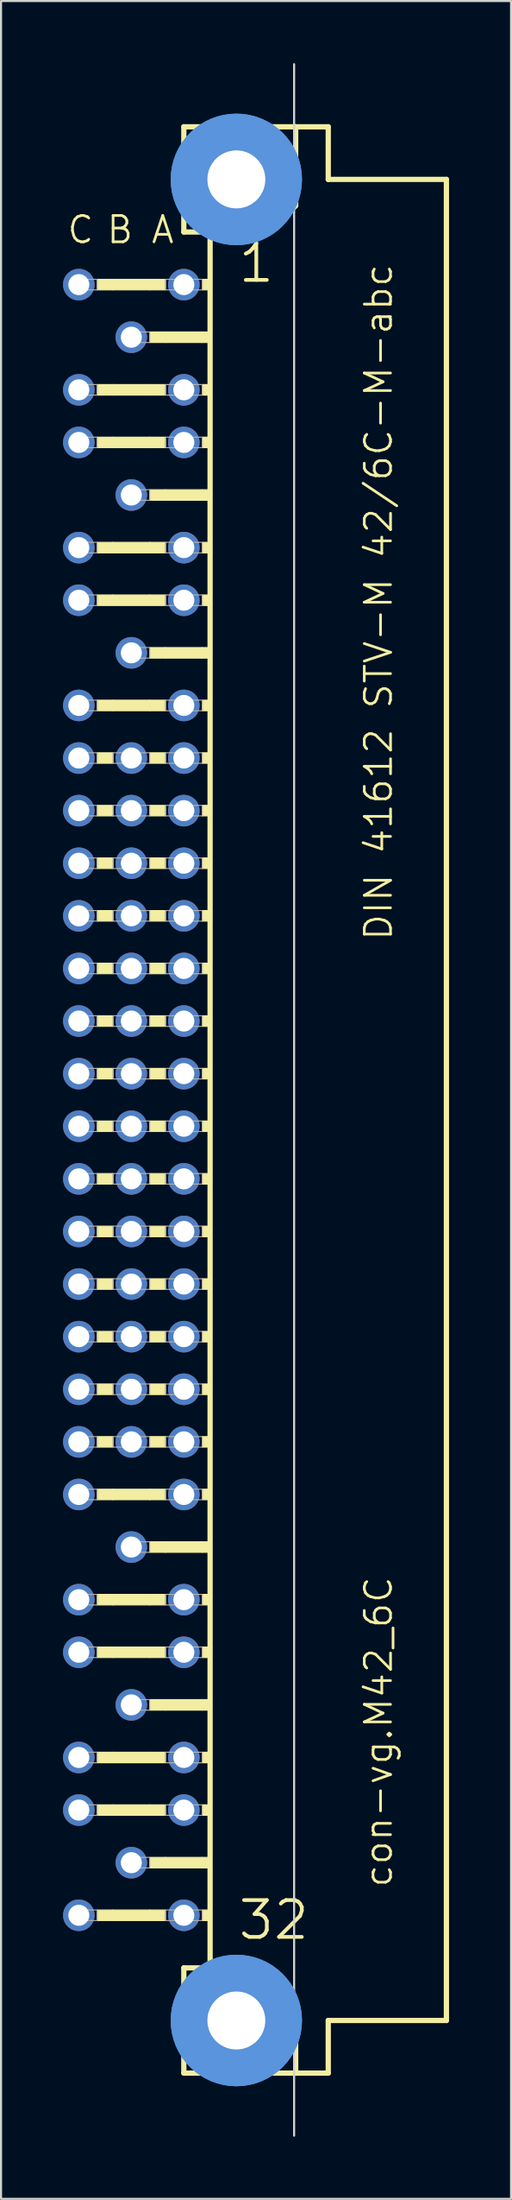
<source format=kicad_pcb>
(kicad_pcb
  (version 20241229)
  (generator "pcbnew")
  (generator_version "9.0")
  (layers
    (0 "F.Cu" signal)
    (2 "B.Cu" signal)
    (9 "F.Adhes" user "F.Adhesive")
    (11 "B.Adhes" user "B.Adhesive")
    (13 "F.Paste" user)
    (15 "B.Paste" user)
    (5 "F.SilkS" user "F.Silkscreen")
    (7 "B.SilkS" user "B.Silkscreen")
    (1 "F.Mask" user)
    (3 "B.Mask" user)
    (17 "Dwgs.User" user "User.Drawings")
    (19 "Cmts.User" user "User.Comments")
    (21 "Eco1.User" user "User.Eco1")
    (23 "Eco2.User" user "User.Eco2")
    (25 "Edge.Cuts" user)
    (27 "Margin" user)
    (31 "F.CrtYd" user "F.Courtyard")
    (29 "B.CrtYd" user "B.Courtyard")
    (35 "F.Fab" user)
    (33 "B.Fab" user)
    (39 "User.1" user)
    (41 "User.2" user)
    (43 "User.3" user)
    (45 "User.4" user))
  (footprint "con-vg.M42_6C"
    (layer "F.Cu")
    (at 8.382 50.063)
    (property "Reference" "con-vg.M42_6C" (at 7.62 38.1 90) (layer "F.SilkS") (effects (font (size 1.27 1.27) (thickness 0.13)) (justify left bottom)))
    (attr through_hole)
    (fp_line (start -2.54 -46.99) (end -2.54 -41.91) (stroke (width 0.254) (type default)) (layer "F.SilkS"))
    (fp_line (start -2.54 -41.91) (end -1.27 -41.91) (stroke (width 0.254) (type default)) (layer "F.SilkS"))
    (fp_line (start -2.54 41.91) (end -2.54 46.99) (stroke (width 0.254) (type default)) (layer "F.SilkS"))
    (fp_line (start -2.54 41.91) (end -1.27 41.91) (stroke (width 0.254) (type default)) (layer "F.SilkS"))
    (fp_line (start -2.54 46.99) (end 2.87 46.99) (stroke (width 0.254) (type default)) (layer "F.SilkS"))
    (fp_line (start -1.27 -41.91) (end -1.27 41.91) (stroke (width 0.254) (type default)) (layer "F.SilkS"))
    (fp_line (start -1.27 -41.91) (end 1.6 -41.91) (stroke (width 0.254) (type default)) (layer "F.SilkS"))
    (fp_line (start -1.27 41.91) (end 1.27 41.91) (stroke (width 0.254) (type default)) (layer "F.SilkS"))
    (fp_line (start 1.6 -41.91) (end 2.87 -43.18) (stroke (width 0.254) (type default)) (layer "F.SilkS"))
    (fp_line (start 2.87 -46.99) (end -2.54 -46.99) (stroke (width 0.254) (type default)) (layer "F.SilkS"))
    (fp_line (start 2.87 -43.18) (end 2.87 -46.99) (stroke (width 0.254) (type default)) (layer "F.SilkS"))
    (fp_line (start 2.87 43.51) (end 1.27 41.91) (stroke (width 0.254) (type default)) (layer "F.SilkS"))
    (fp_line (start 2.87 43.51) (end 2.87 46.99) (stroke (width 0.254) (type default)) (layer "F.SilkS"))
    (fp_line (start 2.87 46.99) (end 4.445 46.99) (stroke (width 0.254) (type default)) (layer "F.SilkS"))
    (fp_line (start 4.445 -46.99) (end 2.87 -46.99) (stroke (width 0.254) (type default)) (layer "F.SilkS"))
    (fp_line (start 4.445 -44.45) (end 4.445 -46.99) (stroke (width 0.254) (type default)) (layer "F.SilkS"))
    (fp_line (start 4.445 44.45) (end 10.16 44.45) (stroke (width 0.254) (type default)) (layer "F.SilkS"))
    (fp_line (start 4.445 46.99) (end 4.445 44.45) (stroke (width 0.254) (type default)) (layer "F.SilkS"))
    (fp_line (start 10.16 -44.45) (end 4.445 -44.45) (stroke (width 0.254) (type default)) (layer "F.SilkS"))
    (fp_line (start 10.16 44.45) (end 10.16 -44.45) (stroke (width 0.254) (type default)) (layer "F.SilkS"))
    (fp_rect (start -6.731 -39.116) (end -5.969 -39.624) (stroke (width 0.05) (type default)) (fill yes) (layer "F.SilkS"))
    (fp_rect (start -6.731 -34.036) (end -5.969 -34.544) (stroke (width 0.05) (type default)) (fill yes) (layer "F.SilkS"))
    (fp_rect (start -6.731 -31.496) (end -5.969 -32.004) (stroke (width 0.05) (type default)) (fill yes) (layer "F.SilkS"))
    (fp_rect (start -6.731 -26.416) (end -5.969 -26.924) (stroke (width 0.05) (type default)) (fill yes) (layer "F.SilkS"))
    (fp_rect (start -6.731 -23.876) (end -5.969 -24.384) (stroke (width 0.05) (type default)) (fill yes) (layer "F.SilkS"))
    (fp_rect (start -6.731 -18.796) (end -5.969 -19.304) (stroke (width 0.05) (type default)) (fill yes) (layer "F.SilkS"))
    (fp_rect (start -6.731 -16.256) (end -5.969 -16.764) (stroke (width 0.05) (type default)) (fill yes) (layer "F.SilkS"))
    (fp_rect (start -6.731 -13.716) (end -5.969 -14.224) (stroke (width 0.05) (type default)) (fill yes) (layer "F.SilkS"))
    (fp_rect (start -6.731 -11.176) (end -5.969 -11.684) (stroke (width 0.05) (type default)) (fill yes) (layer "F.SilkS"))
    (fp_rect (start -6.731 -8.636) (end -5.969 -9.144) (stroke (width 0.05) (type default)) (fill yes) (layer "F.SilkS"))
    (fp_rect (start -6.731 -6.096) (end -5.969 -6.604) (stroke (width 0.05) (type default)) (fill yes) (layer "F.SilkS"))
    (fp_rect (start -6.731 -3.556) (end -5.969 -4.064) (stroke (width 0.05) (type default)) (fill yes) (layer "F.SilkS"))
    (fp_rect (start -6.731 -1.016) (end -5.969 -1.524) (stroke (width 0.05) (type default)) (fill yes) (layer "F.SilkS"))
    (fp_rect (start -6.731 1.524) (end -5.969 1.016) (stroke (width 0.05) (type default)) (fill yes) (layer "F.SilkS"))
    (fp_rect (start -6.731 4.064) (end -5.969 3.556) (stroke (width 0.05) (type default)) (fill yes) (layer "F.SilkS"))
    (fp_rect (start -6.731 6.604) (end -5.969 6.096) (stroke (width 0.05) (type default)) (fill yes) (layer "F.SilkS"))
    (fp_rect (start -6.731 9.144) (end -5.969 8.636) (stroke (width 0.05) (type default)) (fill yes) (layer "F.SilkS"))
    (fp_rect (start -6.731 11.684) (end -5.969 11.176) (stroke (width 0.05) (type default)) (fill yes) (layer "F.SilkS"))
    (fp_rect (start -6.731 14.224) (end -5.969 13.716) (stroke (width 0.05) (type default)) (fill yes) (layer "F.SilkS"))
    (fp_rect (start -6.731 16.764) (end -5.969 16.256) (stroke (width 0.05) (type default)) (fill yes) (layer "F.SilkS"))
    (fp_rect (start -6.731 19.304) (end -5.969 18.796) (stroke (width 0.05) (type default)) (fill yes) (layer "F.SilkS"))
    (fp_rect (start -6.731 24.384) (end -5.969 23.876) (stroke (width 0.05) (type default)) (fill yes) (layer "F.SilkS"))
    (fp_rect (start -6.731 26.924) (end -5.969 26.416) (stroke (width 0.05) (type default)) (fill yes) (layer "F.SilkS"))
    (fp_rect (start -6.731 32.004) (end -5.969 31.496) (stroke (width 0.05) (type default)) (fill yes) (layer "F.SilkS"))
    (fp_rect (start -6.731 34.544) (end -5.969 34.036) (stroke (width 0.05) (type default)) (fill yes) (layer "F.SilkS"))
    (fp_rect (start -6.731 39.624) (end -5.969 39.116) (stroke (width 0.05) (type default)) (fill yes) (layer "F.SilkS"))
    (fp_rect (start -5.969 -39.116) (end -4.191 -39.624) (stroke (width 0.05) (type default)) (fill yes) (layer "F.SilkS"))
    (fp_rect (start -5.969 -34.036) (end -4.191 -34.544) (stroke (width 0.05) (type default)) (fill yes) (layer "F.SilkS"))
    (fp_rect (start -5.969 -31.496) (end -4.191 -32.004) (stroke (width 0.05) (type default)) (fill yes) (layer "F.SilkS"))
    (fp_rect (start -5.969 -26.416) (end -4.191 -26.924) (stroke (width 0.05) (type default)) (fill yes) (layer "F.SilkS"))
    (fp_rect (start -5.969 -23.876) (end -4.191 -24.384) (stroke (width 0.05) (type default)) (fill yes) (layer "F.SilkS"))
    (fp_rect (start -5.969 -18.796) (end -4.191 -19.304) (stroke (width 0.05) (type default)) (fill yes) (layer "F.SilkS"))
    (fp_rect (start -5.969 19.304) (end -4.191 18.796) (stroke (width 0.05) (type default)) (fill yes) (layer "F.SilkS"))
    (fp_rect (start -5.969 24.384) (end -4.191 23.876) (stroke (width 0.05) (type default)) (fill yes) (layer "F.SilkS"))
    (fp_rect (start -5.969 26.924) (end -4.191 26.416) (stroke (width 0.05) (type default)) (fill yes) (layer "F.SilkS"))
    (fp_rect (start -5.969 32.004) (end -4.191 31.496) (stroke (width 0.05) (type default)) (fill yes) (layer "F.SilkS"))
    (fp_rect (start -5.969 34.544) (end -4.191 34.036) (stroke (width 0.05) (type default)) (fill yes) (layer "F.SilkS"))
    (fp_rect (start -5.969 39.624) (end -4.191 39.116) (stroke (width 0.05) (type default)) (fill yes) (layer "F.SilkS"))
    (fp_rect (start -4.191 -39.116) (end -3.429 -39.624) (stroke (width 0.05) (type default)) (fill yes) (layer "F.SilkS"))
    (fp_rect (start -4.191 -36.576) (end -3.429 -37.084) (stroke (width 0.05) (type default)) (fill yes) (layer "F.SilkS"))
    (fp_rect (start -4.191 -34.036) (end -3.429 -34.544) (stroke (width 0.05) (type default)) (fill yes) (layer "F.SilkS"))
    (fp_rect (start -4.191 -31.496) (end -3.429 -32.004) (stroke (width 0.05) (type default)) (fill yes) (layer "F.SilkS"))
    (fp_rect (start -4.191 -28.956) (end -3.429 -29.464) (stroke (width 0.05) (type default)) (fill yes) (layer "F.SilkS"))
    (fp_rect (start -4.191 -26.416) (end -3.429 -26.924) (stroke (width 0.05) (type default)) (fill yes) (layer "F.SilkS"))
    (fp_rect (start -4.191 -23.876) (end -3.429 -24.384) (stroke (width 0.05) (type default)) (fill yes) (layer "F.SilkS"))
    (fp_rect (start -4.191 -21.336) (end -3.429 -21.844) (stroke (width 0.05) (type default)) (fill yes) (layer "F.SilkS"))
    (fp_rect (start -4.191 -18.796) (end -3.429 -19.304) (stroke (width 0.05) (type default)) (fill yes) (layer "F.SilkS"))
    (fp_rect (start -4.191 -16.256) (end -3.429 -16.764) (stroke (width 0.05) (type default)) (fill yes) (layer "F.SilkS"))
    (fp_rect (start -4.191 -13.716) (end -3.429 -14.224) (stroke (width 0.05) (type default)) (fill yes) (layer "F.SilkS"))
    (fp_rect (start -4.191 -11.176) (end -3.429 -11.684) (stroke (width 0.05) (type default)) (fill yes) (layer "F.SilkS"))
    (fp_rect (start -4.191 -8.636) (end -3.429 -9.144) (stroke (width 0.05) (type default)) (fill yes) (layer "F.SilkS"))
    (fp_rect (start -4.191 -6.096) (end -3.429 -6.604) (stroke (width 0.05) (type default)) (fill yes) (layer "F.SilkS"))
    (fp_rect (start -4.191 -3.556) (end -3.429 -4.064) (stroke (width 0.05) (type default)) (fill yes) (layer "F.SilkS"))
    (fp_rect (start -4.191 -1.016) (end -3.429 -1.524) (stroke (width 0.05) (type default)) (fill yes) (layer "F.SilkS"))
    (fp_rect (start -4.191 1.524) (end -3.429 1.016) (stroke (width 0.05) (type default)) (fill yes) (layer "F.SilkS"))
    (fp_rect (start -4.191 4.064) (end -3.429 3.556) (stroke (width 0.05) (type default)) (fill yes) (layer "F.SilkS"))
    (fp_rect (start -4.191 6.604) (end -3.429 6.096) (stroke (width 0.05) (type default)) (fill yes) (layer "F.SilkS"))
    (fp_rect (start -4.191 9.144) (end -3.429 8.636) (stroke (width 0.05) (type default)) (fill yes) (layer "F.SilkS"))
    (fp_rect (start -4.191 11.684) (end -3.429 11.176) (stroke (width 0.05) (type default)) (fill yes) (layer "F.SilkS"))
    (fp_rect (start -4.191 14.224) (end -3.429 13.716) (stroke (width 0.05) (type default)) (fill yes) (layer "F.SilkS"))
    (fp_rect (start -4.191 16.764) (end -3.429 16.256) (stroke (width 0.05) (type default)) (fill yes) (layer "F.SilkS"))
    (fp_rect (start -4.191 19.304) (end -3.429 18.796) (stroke (width 0.05) (type default)) (fill yes) (layer "F.SilkS"))
    (fp_rect (start -4.191 21.844) (end -3.429 21.336) (stroke (width 0.05) (type default)) (fill yes) (layer "F.SilkS"))
    (fp_rect (start -4.191 24.384) (end -3.429 23.876) (stroke (width 0.05) (type default)) (fill yes) (layer "F.SilkS"))
    (fp_rect (start -4.191 26.924) (end -3.429 26.416) (stroke (width 0.05) (type default)) (fill yes) (layer "F.SilkS"))
    (fp_rect (start -4.191 29.464) (end -3.429 28.956) (stroke (width 0.05) (type default)) (fill yes) (layer "F.SilkS"))
    (fp_rect (start -4.191 32.004) (end -3.429 31.496) (stroke (width 0.05) (type default)) (fill yes) (layer "F.SilkS"))
    (fp_rect (start -4.191 34.544) (end -3.429 34.036) (stroke (width 0.05) (type default)) (fill yes) (layer "F.SilkS"))
    (fp_rect (start -4.191 37.084) (end -3.429 36.576) (stroke (width 0.05) (type default)) (fill yes) (layer "F.SilkS"))
    (fp_rect (start -4.191 39.624) (end -3.429 39.116) (stroke (width 0.05) (type default)) (fill yes) (layer "F.SilkS"))
    (fp_rect (start -3.429 -36.576) (end -1.651 -37.084) (stroke (width 0.05) (type default)) (fill yes) (layer "F.SilkS"))
    (fp_rect (start -3.429 -28.956) (end -1.651 -29.464) (stroke (width 0.05) (type default)) (fill yes) (layer "F.SilkS"))
    (fp_rect (start -3.429 -21.336) (end -1.651 -21.844) (stroke (width 0.05) (type default)) (fill yes) (layer "F.SilkS"))
    (fp_rect (start -3.429 21.844) (end -1.651 21.336) (stroke (width 0.05) (type default)) (fill yes) (layer "F.SilkS"))
    (fp_rect (start -3.429 29.464) (end -1.651 28.956) (stroke (width 0.05) (type default)) (fill yes) (layer "F.SilkS"))
    (fp_rect (start -3.429 37.084) (end -1.651 36.576) (stroke (width 0.05) (type default)) (fill yes) (layer "F.SilkS"))
    (fp_rect (start -1.651 -39.116) (end -1.27 -39.624) (stroke (width 0.05) (type default)) (fill yes) (layer "F.SilkS"))
    (fp_rect (start -1.651 -36.576) (end -1.27 -37.084) (stroke (width 0.05) (type default)) (fill yes) (layer "F.SilkS"))
    (fp_rect (start -1.651 -34.036) (end -1.27 -34.544) (stroke (width 0.05) (type default)) (fill yes) (layer "F.SilkS"))
    (fp_rect (start -1.651 -31.496) (end -1.27 -32.004) (stroke (width 0.05) (type default)) (fill yes) (layer "F.SilkS"))
    (fp_rect (start -1.651 -28.956) (end -1.27 -29.464) (stroke (width 0.05) (type default)) (fill yes) (layer "F.SilkS"))
    (fp_rect (start -1.651 -26.416) (end -1.27 -26.924) (stroke (width 0.05) (type default)) (fill yes) (layer "F.SilkS"))
    (fp_rect (start -1.651 -23.876) (end -1.27 -24.384) (stroke (width 0.05) (type default)) (fill yes) (layer "F.SilkS"))
    (fp_rect (start -1.651 -21.336) (end -1.27 -21.844) (stroke (width 0.05) (type default)) (fill yes) (layer "F.SilkS"))
    (fp_rect (start -1.651 -18.796) (end -1.27 -19.304) (stroke (width 0.05) (type default)) (fill yes) (layer "F.SilkS"))
    (fp_rect (start -1.651 -16.256) (end -1.27 -16.764) (stroke (width 0.05) (type default)) (fill yes) (layer "F.SilkS"))
    (fp_rect (start -1.651 -13.716) (end -1.27 -14.224) (stroke (width 0.05) (type default)) (fill yes) (layer "F.SilkS"))
    (fp_rect (start -1.651 -11.176) (end -1.27 -11.684) (stroke (width 0.05) (type default)) (fill yes) (layer "F.SilkS"))
    (fp_rect (start -1.651 -8.636) (end -1.27 -9.144) (stroke (width 0.05) (type default)) (fill yes) (layer "F.SilkS"))
    (fp_rect (start -1.651 -6.096) (end -1.27 -6.604) (stroke (width 0.05) (type default)) (fill yes) (layer "F.SilkS"))
    (fp_rect (start -1.651 -3.556) (end -1.27 -4.064) (stroke (width 0.05) (type default)) (fill yes) (layer "F.SilkS"))
    (fp_rect (start -1.651 -1.016) (end -1.27 -1.524) (stroke (width 0.05) (type default)) (fill yes) (layer "F.SilkS"))
    (fp_rect (start -1.651 1.524) (end -1.27 1.016) (stroke (width 0.05) (type default)) (fill yes) (layer "F.SilkS"))
    (fp_rect (start -1.651 4.064) (end -1.27 3.556) (stroke (width 0.05) (type default)) (fill yes) (layer "F.SilkS"))
    (fp_rect (start -1.651 6.604) (end -1.27 6.096) (stroke (width 0.05) (type default)) (fill yes) (layer "F.SilkS"))
    (fp_rect (start -1.651 9.144) (end -1.27 8.636) (stroke (width 0.05) (type default)) (fill yes) (layer "F.SilkS"))
    (fp_rect (start -1.651 11.684) (end -1.27 11.176) (stroke (width 0.05) (type default)) (fill yes) (layer "F.SilkS"))
    (fp_rect (start -1.651 14.224) (end -1.27 13.716) (stroke (width 0.05) (type default)) (fill yes) (layer "F.SilkS"))
    (fp_rect (start -1.651 16.764) (end -1.27 16.256) (stroke (width 0.05) (type default)) (fill yes) (layer "F.SilkS"))
    (fp_rect (start -1.651 19.304) (end -1.27 18.796) (stroke (width 0.05) (type default)) (fill yes) (layer "F.SilkS"))
    (fp_rect (start -1.651 21.844) (end -1.27 21.336) (stroke (width 0.05) (type default)) (fill yes) (layer "F.SilkS"))
    (fp_rect (start -1.651 24.384) (end -1.27 23.876) (stroke (width 0.05) (type default)) (fill yes) (layer "F.SilkS"))
    (fp_rect (start -1.651 26.924) (end -1.27 26.416) (stroke (width 0.05) (type default)) (fill yes) (layer "F.SilkS"))
    (fp_rect (start -1.651 29.464) (end -1.27 28.956) (stroke (width 0.05) (type default)) (fill yes) (layer "F.SilkS"))
    (fp_rect (start -1.651 32.004) (end -1.27 31.496) (stroke (width 0.05) (type default)) (fill yes) (layer "F.SilkS"))
    (fp_rect (start -1.651 34.544) (end -1.27 34.036) (stroke (width 0.05) (type default)) (fill yes) (layer "F.SilkS"))
    (fp_rect (start -1.651 37.084) (end -1.27 36.576) (stroke (width 0.05) (type default)) (fill yes) (layer "F.SilkS"))
    (fp_rect (start -1.651 39.624) (end -1.27 39.116) (stroke (width 0.05) (type default)) (fill yes) (layer "F.SilkS"))
    (fp_circle (center 0 -44.45) (end 1.27 -44.45) (stroke (width 0.254) (type default)) (fill no) (layer "F.SilkS"))
    (fp_circle (center 0 44.45) (end 1.27 44.45) (stroke (width 0.254) (type default)) (fill no) (layer "F.SilkS"))
    (fp_circle (center 0 -44.45) (end 2.286 -44.45) (stroke (width 1.778) (type default)) (fill no) (layer "Cmts.User"))
    (fp_circle (center 0 -44.45) (end 2.286 -44.45) (stroke (width 1.778) (type default)) (fill no) (layer "Cmts.User"))
    (fp_circle (center 0 44.45) (end 2.286 44.45) (stroke (width 1.778) (type default)) (fill no) (layer "Cmts.User"))
    (fp_circle (center 0 44.45) (end 2.286 44.45) (stroke (width 1.778) (type default)) (fill no) (layer "Cmts.User"))
    (fp_line (start 2.794 50.013) (end 2.794 -50.013) (stroke (width 0.1) (type default)) (layer "Edge.Cuts"))
    (fp_rect (start -7.874 -39.116) (end -6.731 -39.624) (stroke (width 0.05) (type default)) (fill no) (layer "F.Fab"))
    (fp_rect (start -7.874 -34.036) (end -6.731 -34.544) (stroke (width 0.05) (type default)) (fill no) (layer "F.Fab"))
    (fp_rect (start -7.874 -31.496) (end -6.731 -32.004) (stroke (width 0.05) (type default)) (fill no) (layer "F.Fab"))
    (fp_rect (start -7.874 -26.416) (end -6.731 -26.924) (stroke (width 0.05) (type default)) (fill no) (layer "F.Fab"))
    (fp_rect (start -7.874 -23.876) (end -6.731 -24.384) (stroke (width 0.05) (type default)) (fill no) (layer "F.Fab"))
    (fp_rect (start -7.874 -18.796) (end -6.731 -19.304) (stroke (width 0.05) (type default)) (fill no) (layer "F.Fab"))
    (fp_rect (start -7.874 -16.256) (end -6.731 -16.764) (stroke (width 0.05) (type default)) (fill no) (layer "F.Fab"))
    (fp_rect (start -7.874 -13.716) (end -6.731 -14.224) (stroke (width 0.05) (type default)) (fill no) (layer "F.Fab"))
    (fp_rect (start -7.874 -11.176) (end -6.731 -11.684) (stroke (width 0.05) (type default)) (fill no) (layer "F.Fab"))
    (fp_rect (start -7.874 -8.636) (end -6.731 -9.144) (stroke (width 0.05) (type default)) (fill no) (layer "F.Fab"))
    (fp_rect (start -7.874 -6.096) (end -6.731 -6.604) (stroke (width 0.05) (type default)) (fill no) (layer "F.Fab"))
    (fp_rect (start -7.874 -3.556) (end -6.731 -4.064) (stroke (width 0.05) (type default)) (fill no) (layer "F.Fab"))
    (fp_rect (start -7.874 -1.016) (end -6.731 -1.524) (stroke (width 0.05) (type default)) (fill no) (layer "F.Fab"))
    (fp_rect (start -7.874 1.524) (end -6.731 1.016) (stroke (width 0.05) (type default)) (fill no) (layer "F.Fab"))
    (fp_rect (start -7.874 4.064) (end -6.731 3.556) (stroke (width 0.05) (type default)) (fill no) (layer "F.Fab"))
    (fp_rect (start -7.874 6.604) (end -6.731 6.096) (stroke (width 0.05) (type default)) (fill no) (layer "F.Fab"))
    (fp_rect (start -7.874 9.144) (end -6.731 8.636) (stroke (width 0.05) (type default)) (fill no) (layer "F.Fab"))
    (fp_rect (start -7.874 11.684) (end -6.731 11.176) (stroke (width 0.05) (type default)) (fill no) (layer "F.Fab"))
    (fp_rect (start -7.874 14.224) (end -6.731 13.716) (stroke (width 0.05) (type default)) (fill no) (layer "F.Fab"))
    (fp_rect (start -7.874 16.764) (end -6.731 16.256) (stroke (width 0.05) (type default)) (fill no) (layer "F.Fab"))
    (fp_rect (start -7.874 19.304) (end -6.731 18.796) (stroke (width 0.05) (type default)) (fill no) (layer "F.Fab"))
    (fp_rect (start -7.874 24.384) (end -6.731 23.876) (stroke (width 0.05) (type default)) (fill no) (layer "F.Fab"))
    (fp_rect (start -7.874 26.924) (end -6.731 26.416) (stroke (width 0.05) (type default)) (fill no) (layer "F.Fab"))
    (fp_rect (start -7.874 32.004) (end -6.731 31.496) (stroke (width 0.05) (type default)) (fill no) (layer "F.Fab"))
    (fp_rect (start -7.874 34.544) (end -6.731 34.036) (stroke (width 0.05) (type default)) (fill no) (layer "F.Fab"))
    (fp_rect (start -7.874 39.624) (end -6.731 39.116) (stroke (width 0.05) (type default)) (fill no) (layer "F.Fab"))
    (fp_rect (start -5.969 -16.256) (end -4.191 -16.764) (stroke (width 0.05) (type default)) (fill no) (layer "F.Fab"))
    (fp_rect (start -5.969 -13.716) (end -4.191 -14.224) (stroke (width 0.05) (type default)) (fill no) (layer "F.Fab"))
    (fp_rect (start -5.969 -11.176) (end -4.191 -11.684) (stroke (width 0.05) (type default)) (fill no) (layer "F.Fab"))
    (fp_rect (start -5.969 -8.636) (end -4.191 -9.144) (stroke (width 0.05) (type default)) (fill no) (layer "F.Fab"))
    (fp_rect (start -5.969 -6.096) (end -4.191 -6.604) (stroke (width 0.05) (type default)) (fill no) (layer "F.Fab"))
    (fp_rect (start -5.969 -3.556) (end -4.191 -4.064) (stroke (width 0.05) (type default)) (fill no) (layer "F.Fab"))
    (fp_rect (start -5.969 -1.016) (end -4.191 -1.524) (stroke (width 0.05) (type default)) (fill no) (layer "F.Fab"))
    (fp_rect (start -5.969 1.524) (end -4.191 1.016) (stroke (width 0.05) (type default)) (fill no) (layer "F.Fab"))
    (fp_rect (start -5.969 4.064) (end -4.191 3.556) (stroke (width 0.05) (type default)) (fill no) (layer "F.Fab"))
    (fp_rect (start -5.969 6.604) (end -4.191 6.096) (stroke (width 0.05) (type default)) (fill no) (layer "F.Fab"))
    (fp_rect (start -5.969 9.144) (end -4.191 8.636) (stroke (width 0.05) (type default)) (fill no) (layer "F.Fab"))
    (fp_rect (start -5.969 11.684) (end -4.191 11.176) (stroke (width 0.05) (type default)) (fill no) (layer "F.Fab"))
    (fp_rect (start -5.969 14.224) (end -4.191 13.716) (stroke (width 0.05) (type default)) (fill no) (layer "F.Fab"))
    (fp_rect (start -5.969 16.764) (end -4.191 16.256) (stroke (width 0.05) (type default)) (fill no) (layer "F.Fab"))
    (fp_rect (start -5.334 -36.576) (end -4.191 -37.084) (stroke (width 0.05) (type default)) (fill no) (layer "F.Fab"))
    (fp_rect (start -5.334 -28.956) (end -4.191 -29.464) (stroke (width 0.05) (type default)) (fill no) (layer "F.Fab"))
    (fp_rect (start -5.334 -21.336) (end -4.191 -21.844) (stroke (width 0.05) (type default)) (fill no) (layer "F.Fab"))
    (fp_rect (start -5.334 21.844) (end -4.191 21.336) (stroke (width 0.05) (type default)) (fill no) (layer "F.Fab"))
    (fp_rect (start -5.334 29.464) (end -4.191 28.956) (stroke (width 0.05) (type default)) (fill no) (layer "F.Fab"))
    (fp_rect (start -5.334 37.084) (end -4.191 36.576) (stroke (width 0.05) (type default)) (fill no) (layer "F.Fab"))
    (fp_rect (start -3.429 -39.116) (end -1.651 -39.624) (stroke (width 0.05) (type default)) (fill no) (layer "F.Fab"))
    (fp_rect (start -3.429 -34.036) (end -1.651 -34.544) (stroke (width 0.05) (type default)) (fill no) (layer "F.Fab"))
    (fp_rect (start -3.429 -31.496) (end -1.651 -32.004) (stroke (width 0.05) (type default)) (fill no) (layer "F.Fab"))
    (fp_rect (start -3.429 -26.416) (end -1.651 -26.924) (stroke (width 0.05) (type default)) (fill no) (layer "F.Fab"))
    (fp_rect (start -3.429 -23.876) (end -1.651 -24.384) (stroke (width 0.05) (type default)) (fill no) (layer "F.Fab"))
    (fp_rect (start -3.429 -18.796) (end -1.651 -19.304) (stroke (width 0.05) (type default)) (fill no) (layer "F.Fab"))
    (fp_rect (start -3.429 -16.256) (end -1.651 -16.764) (stroke (width 0.05) (type default)) (fill no) (layer "F.Fab"))
    (fp_rect (start -3.429 -13.716) (end -1.651 -14.224) (stroke (width 0.05) (type default)) (fill no) (layer "F.Fab"))
    (fp_rect (start -3.429 -11.176) (end -1.651 -11.684) (stroke (width 0.05) (type default)) (fill no) (layer "F.Fab"))
    (fp_rect (start -3.429 -8.636) (end -1.651 -9.144) (stroke (width 0.05) (type default)) (fill no) (layer "F.Fab"))
    (fp_rect (start -3.429 -6.096) (end -1.651 -6.604) (stroke (width 0.05) (type default)) (fill no) (layer "F.Fab"))
    (fp_rect (start -3.429 -3.556) (end -1.651 -4.064) (stroke (width 0.05) (type default)) (fill no) (layer "F.Fab"))
    (fp_rect (start -3.429 -1.016) (end -1.651 -1.524) (stroke (width 0.05) (type default)) (fill no) (layer "F.Fab"))
    (fp_rect (start -3.429 1.524) (end -1.651 1.016) (stroke (width 0.05) (type default)) (fill no) (layer "F.Fab"))
    (fp_rect (start -3.429 4.064) (end -1.651 3.556) (stroke (width 0.05) (type default)) (fill no) (layer "F.Fab"))
    (fp_rect (start -3.429 6.604) (end -1.651 6.096) (stroke (width 0.05) (type default)) (fill no) (layer "F.Fab"))
    (fp_rect (start -3.429 9.144) (end -1.651 8.636) (stroke (width 0.05) (type default)) (fill no) (layer "F.Fab"))
    (fp_rect (start -3.429 11.684) (end -1.651 11.176) (stroke (width 0.05) (type default)) (fill no) (layer "F.Fab"))
    (fp_rect (start -3.429 14.224) (end -1.651 13.716) (stroke (width 0.05) (type default)) (fill no) (layer "F.Fab"))
    (fp_rect (start -3.429 16.764) (end -1.651 16.256) (stroke (width 0.05) (type default)) (fill no) (layer "F.Fab"))
    (fp_rect (start -3.429 19.304) (end -1.651 18.796) (stroke (width 0.05) (type default)) (fill no) (layer "F.Fab"))
    (fp_rect (start -3.429 24.384) (end -1.651 23.876) (stroke (width 0.05) (type default)) (fill no) (layer "F.Fab"))
    (fp_rect (start -3.429 26.924) (end -1.651 26.416) (stroke (width 0.05) (type default)) (fill no) (layer "F.Fab"))
    (fp_rect (start -3.429 32.004) (end -1.651 31.496) (stroke (width 0.05) (type default)) (fill no) (layer "F.Fab"))
    (fp_rect (start -3.429 34.544) (end -1.651 34.036) (stroke (width 0.05) (type default)) (fill no) (layer "F.Fab"))
    (fp_rect (start -3.429 39.624) (end -1.651 39.116) (stroke (width 0.05) (type default)) (fill no) (layer "F.Fab"))
    (fp_text user "A" (at -4.191 -41.275 0) (layer "F.SilkS") (effects (font (size 1.27 1.27) (thickness 0.13)) (justify left bottom)))
    (fp_text user "32" (at 0 40.64 0) (layer "F.SilkS") (effects (font (size 1.778 1.778) (thickness 0.18)) (justify left bottom)))
    (fp_text user "C" (at -8.255 -41.275 0) (layer "F.SilkS") (effects (font (size 1.27 1.27) (thickness 0.13)) (justify left bottom)))
    (fp_text user "B" (at -6.35 -41.275 0) (layer "F.SilkS") (effects (font (size 1.27 1.27) (thickness 0.13)) (justify left bottom)))
    (fp_text user "1" (at 0 -39.37 0) (layer "F.SilkS") (effects (font (size 1.778 1.778) (thickness 0.18)) (justify left bottom)))
    (fp_text user "DIN 41612 STV-M 42/6C-M-abc" (at 7.62 -7.62 90) (layer "F.SilkS") (effects (font (size 1.27 1.27) (thickness 0.13)) (justify left bottom)))
    (pad "" np_thru_hole circle (at 0 -44.45) (size 2.8 2.8) (drill 2.8) (layers "*.Cu" "*.Mask"))
    (pad "" np_thru_hole circle (at 0 44.45) (size 2.8 2.8) (drill 2.8) (layers "*.Cu" "*.Mask"))
    (pad "A1" thru_hole circle (at -2.54 -39.37) (size 1.524 1.524) (drill 1.016) (layers "*.Cu" "*.Mask"))
    (pad "A3" thru_hole circle (at -2.54 -34.29) (size 1.524 1.524) (drill 1.016) (layers "*.Cu" "*.Mask"))
    (pad "A4" thru_hole circle (at -2.54 -31.75) (size 1.524 1.524) (drill 1.016) (layers "*.Cu" "*.Mask"))
    (pad "A6" thru_hole circle (at -2.54 -26.67) (size 1.524 1.524) (drill 1.016) (layers "*.Cu" "*.Mask"))
    (pad "A7" thru_hole circle (at -2.54 -24.13) (size 1.524 1.524) (drill 1.016) (layers "*.Cu" "*.Mask"))
    (pad "A9" thru_hole circle (at -2.54 -19.05) (size 1.524 1.524) (drill 1.016) (layers "*.Cu" "*.Mask"))
    (pad "A10" thru_hole circle (at -2.54 -16.51) (size 1.524 1.524) (drill 1.016) (layers "*.Cu" "*.Mask"))
    (pad "A11" thru_hole circle (at -2.54 -13.97) (size 1.524 1.524) (drill 1.016) (layers "*.Cu" "*.Mask"))
    (pad "A12" thru_hole circle (at -2.54 -11.43) (size 1.524 1.524) (drill 1.016) (layers "*.Cu" "*.Mask"))
    (pad "A13" thru_hole circle (at -2.54 -8.89) (size 1.524 1.524) (drill 1.016) (layers "*.Cu" "*.Mask"))
    (pad "A14" thru_hole circle (at -2.54 -6.35) (size 1.524 1.524) (drill 1.016) (layers "*.Cu" "*.Mask"))
    (pad "A15" thru_hole circle (at -2.54 -3.81) (size 1.524 1.524) (drill 1.016) (layers "*.Cu" "*.Mask"))
    (pad "A16" thru_hole circle (at -2.54 -1.27) (size 1.524 1.524) (drill 1.016) (layers "*.Cu" "*.Mask"))
    (pad "A17" thru_hole circle (at -2.54 1.27) (size 1.524 1.524) (drill 1.016) (layers "*.Cu" "*.Mask"))
    (pad "A18" thru_hole circle (at -2.54 3.81) (size 1.524 1.524) (drill 1.016) (layers "*.Cu" "*.Mask"))
    (pad "A19" thru_hole circle (at -2.54 6.35) (size 1.524 1.524) (drill 1.016) (layers "*.Cu" "*.Mask"))
    (pad "A20" thru_hole circle (at -2.54 8.89) (size 1.524 1.524) (drill 1.016) (layers "*.Cu" "*.Mask"))
    (pad "A21" thru_hole circle (at -2.54 11.43) (size 1.524 1.524) (drill 1.016) (layers "*.Cu" "*.Mask"))
    (pad "A22" thru_hole circle (at -2.54 13.97) (size 1.524 1.524) (drill 1.016) (layers "*.Cu" "*.Mask"))
    (pad "A23" thru_hole circle (at -2.54 16.51) (size 1.524 1.524) (drill 1.016) (layers "*.Cu" "*.Mask"))
    (pad "A24" thru_hole circle (at -2.54 19.05) (size 1.524 1.524) (drill 1.016) (layers "*.Cu" "*.Mask"))
    (pad "A26" thru_hole circle (at -2.54 24.13) (size 1.524 1.524) (drill 1.016) (layers "*.Cu" "*.Mask"))
    (pad "A27" thru_hole circle (at -2.54 26.67) (size 1.524 1.524) (drill 1.016) (layers "*.Cu" "*.Mask"))
    (pad "A29" thru_hole circle (at -2.54 31.75) (size 1.524 1.524) (drill 1.016) (layers "*.Cu" "*.Mask"))
    (pad "A30" thru_hole circle (at -2.54 34.29) (size 1.524 1.524) (drill 1.016) (layers "*.Cu" "*.Mask"))
    (pad "A32" thru_hole circle (at -2.54 39.37) (size 1.524 1.524) (drill 1.016) (layers "*.Cu" "*.Mask"))
    (pad "B2" thru_hole circle (at -5.08 -36.83) (size 1.524 1.524) (drill 1.016) (layers "*.Cu" "*.Mask"))
    (pad "B5" thru_hole circle (at -5.08 -29.21) (size 1.524 1.524) (drill 1.016) (layers "*.Cu" "*.Mask"))
    (pad "B8" thru_hole circle (at -5.08 -21.59) (size 1.524 1.524) (drill 1.016) (layers "*.Cu" "*.Mask"))
    (pad "B10" thru_hole circle (at -5.08 -16.51) (size 1.524 1.524) (drill 1.016) (layers "*.Cu" "*.Mask"))
    (pad "B11" thru_hole circle (at -5.08 -13.97) (size 1.524 1.524) (drill 1.016) (layers "*.Cu" "*.Mask"))
    (pad "B12" thru_hole circle (at -5.08 -11.43) (size 1.524 1.524) (drill 1.016) (layers "*.Cu" "*.Mask"))
    (pad "B13" thru_hole circle (at -5.08 -8.89) (size 1.524 1.524) (drill 1.016) (layers "*.Cu" "*.Mask"))
    (pad "B14" thru_hole circle (at -5.08 -6.35) (size 1.524 1.524) (drill 1.016) (layers "*.Cu" "*.Mask"))
    (pad "B15" thru_hole circle (at -5.08 -3.81) (size 1.524 1.524) (drill 1.016) (layers "*.Cu" "*.Mask"))
    (pad "B16" thru_hole circle (at -5.08 -1.27) (size 1.524 1.524) (drill 1.016) (layers "*.Cu" "*.Mask"))
    (pad "B17" thru_hole circle (at -5.08 1.27) (size 1.524 1.524) (drill 1.016) (layers "*.Cu" "*.Mask"))
    (pad "B18" thru_hole circle (at -5.08 3.81) (size 1.524 1.524) (drill 1.016) (layers "*.Cu" "*.Mask"))
    (pad "B19" thru_hole circle (at -5.08 6.35) (size 1.524 1.524) (drill 1.016) (layers "*.Cu" "*.Mask"))
    (pad "B20" thru_hole circle (at -5.08 8.89) (size 1.524 1.524) (drill 1.016) (layers "*.Cu" "*.Mask"))
    (pad "B21" thru_hole circle (at -5.08 11.43) (size 1.524 1.524) (drill 1.016) (layers "*.Cu" "*.Mask"))
    (pad "B22" thru_hole circle (at -5.08 13.97) (size 1.524 1.524) (drill 1.016) (layers "*.Cu" "*.Mask"))
    (pad "B23" thru_hole circle (at -5.08 16.51) (size 1.524 1.524) (drill 1.016) (layers "*.Cu" "*.Mask"))
    (pad "B25" thru_hole circle (at -5.08 21.59) (size 1.524 1.524) (drill 1.016) (layers "*.Cu" "*.Mask"))
    (pad "B28" thru_hole circle (at -5.08 29.21) (size 1.524 1.524) (drill 1.016) (layers "*.Cu" "*.Mask"))
    (pad "B31" thru_hole circle (at -5.08 36.83) (size 1.524 1.524) (drill 1.016) (layers "*.Cu" "*.Mask"))
    (pad "C1" thru_hole circle (at -7.62 -39.37) (size 1.524 1.524) (drill 1.016) (layers "*.Cu" "*.Mask"))
    (pad "C3" thru_hole circle (at -7.62 -34.29) (size 1.524 1.524) (drill 1.016) (layers "*.Cu" "*.Mask"))
    (pad "C4" thru_hole circle (at -7.62 -31.75) (size 1.524 1.524) (drill 1.016) (layers "*.Cu" "*.Mask"))
    (pad "C6" thru_hole circle (at -7.62 -26.67) (size 1.524 1.524) (drill 1.016) (layers "*.Cu" "*.Mask"))
    (pad "C7" thru_hole circle (at -7.62 -24.13) (size 1.524 1.524) (drill 1.016) (layers "*.Cu" "*.Mask"))
    (pad "C9" thru_hole circle (at -7.62 -19.05) (size 1.524 1.524) (drill 1.016) (layers "*.Cu" "*.Mask"))
    (pad "C10" thru_hole circle (at -7.62 -16.51) (size 1.524 1.524) (drill 1.016) (layers "*.Cu" "*.Mask"))
    (pad "C11" thru_hole circle (at -7.62 -13.97) (size 1.524 1.524) (drill 1.016) (layers "*.Cu" "*.Mask"))
    (pad "C12" thru_hole circle (at -7.62 -11.43) (size 1.524 1.524) (drill 1.016) (layers "*.Cu" "*.Mask"))
    (pad "C13" thru_hole circle (at -7.62 -8.89) (size 1.524 1.524) (drill 1.016) (layers "*.Cu" "*.Mask"))
    (pad "C14" thru_hole circle (at -7.62 -6.35) (size 1.524 1.524) (drill 1.016) (layers "*.Cu" "*.Mask"))
    (pad "C15" thru_hole circle (at -7.62 -3.81) (size 1.524 1.524) (drill 1.016) (layers "*.Cu" "*.Mask"))
    (pad "C16" thru_hole circle (at -7.62 -1.27) (size 1.524 1.524) (drill 1.016) (layers "*.Cu" "*.Mask"))
    (pad "C17" thru_hole circle (at -7.62 1.27) (size 1.524 1.524) (drill 1.016) (layers "*.Cu" "*.Mask"))
    (pad "C18" thru_hole circle (at -7.62 3.81) (size 1.524 1.524) (drill 1.016) (layers "*.Cu" "*.Mask"))
    (pad "C19" thru_hole circle (at -7.62 6.35) (size 1.524 1.524) (drill 1.016) (layers "*.Cu" "*.Mask"))
    (pad "C20" thru_hole circle (at -7.62 8.89) (size 1.524 1.524) (drill 1.016) (layers "*.Cu" "*.Mask"))
    (pad "C21" thru_hole circle (at -7.62 11.43) (size 1.524 1.524) (drill 1.016) (layers "*.Cu" "*.Mask"))
    (pad "C22" thru_hole circle (at -7.62 13.97) (size 1.524 1.524) (drill 1.016) (layers "*.Cu" "*.Mask"))
    (pad "C23" thru_hole circle (at -7.62 16.51) (size 1.524 1.524) (drill 1.016) (layers "*.Cu" "*.Mask"))
    (pad "C24" thru_hole circle (at -7.62 19.05) (size 1.524 1.524) (drill 1.016) (layers "*.Cu" "*.Mask"))
    (pad "C26" thru_hole circle (at -7.62 24.13) (size 1.524 1.524) (drill 1.016) (layers "*.Cu" "*.Mask"))
    (pad "C27" thru_hole circle (at -7.62 26.67) (size 1.524 1.524) (drill 1.016) (layers "*.Cu" "*.Mask"))
    (pad "C29" thru_hole circle (at -7.62 31.75) (size 1.524 1.524) (drill 1.016) (layers "*.Cu" "*.Mask"))
    (pad "C30" thru_hole circle (at -7.62 34.29) (size 1.524 1.524) (drill 1.016) (layers "*.Cu" "*.Mask"))
    (pad "C32" thru_hole circle (at -7.62 39.37) (size 1.524 1.524) (drill 1.016) (layers "*.Cu" "*.Mask")))
  (gr_rect
    (start -3 -3)
    (end 21.669 103.125)
    (stroke (width 0.1) (type default))
    (fill no)
    (layer "Edge.Cuts")))
</source>
